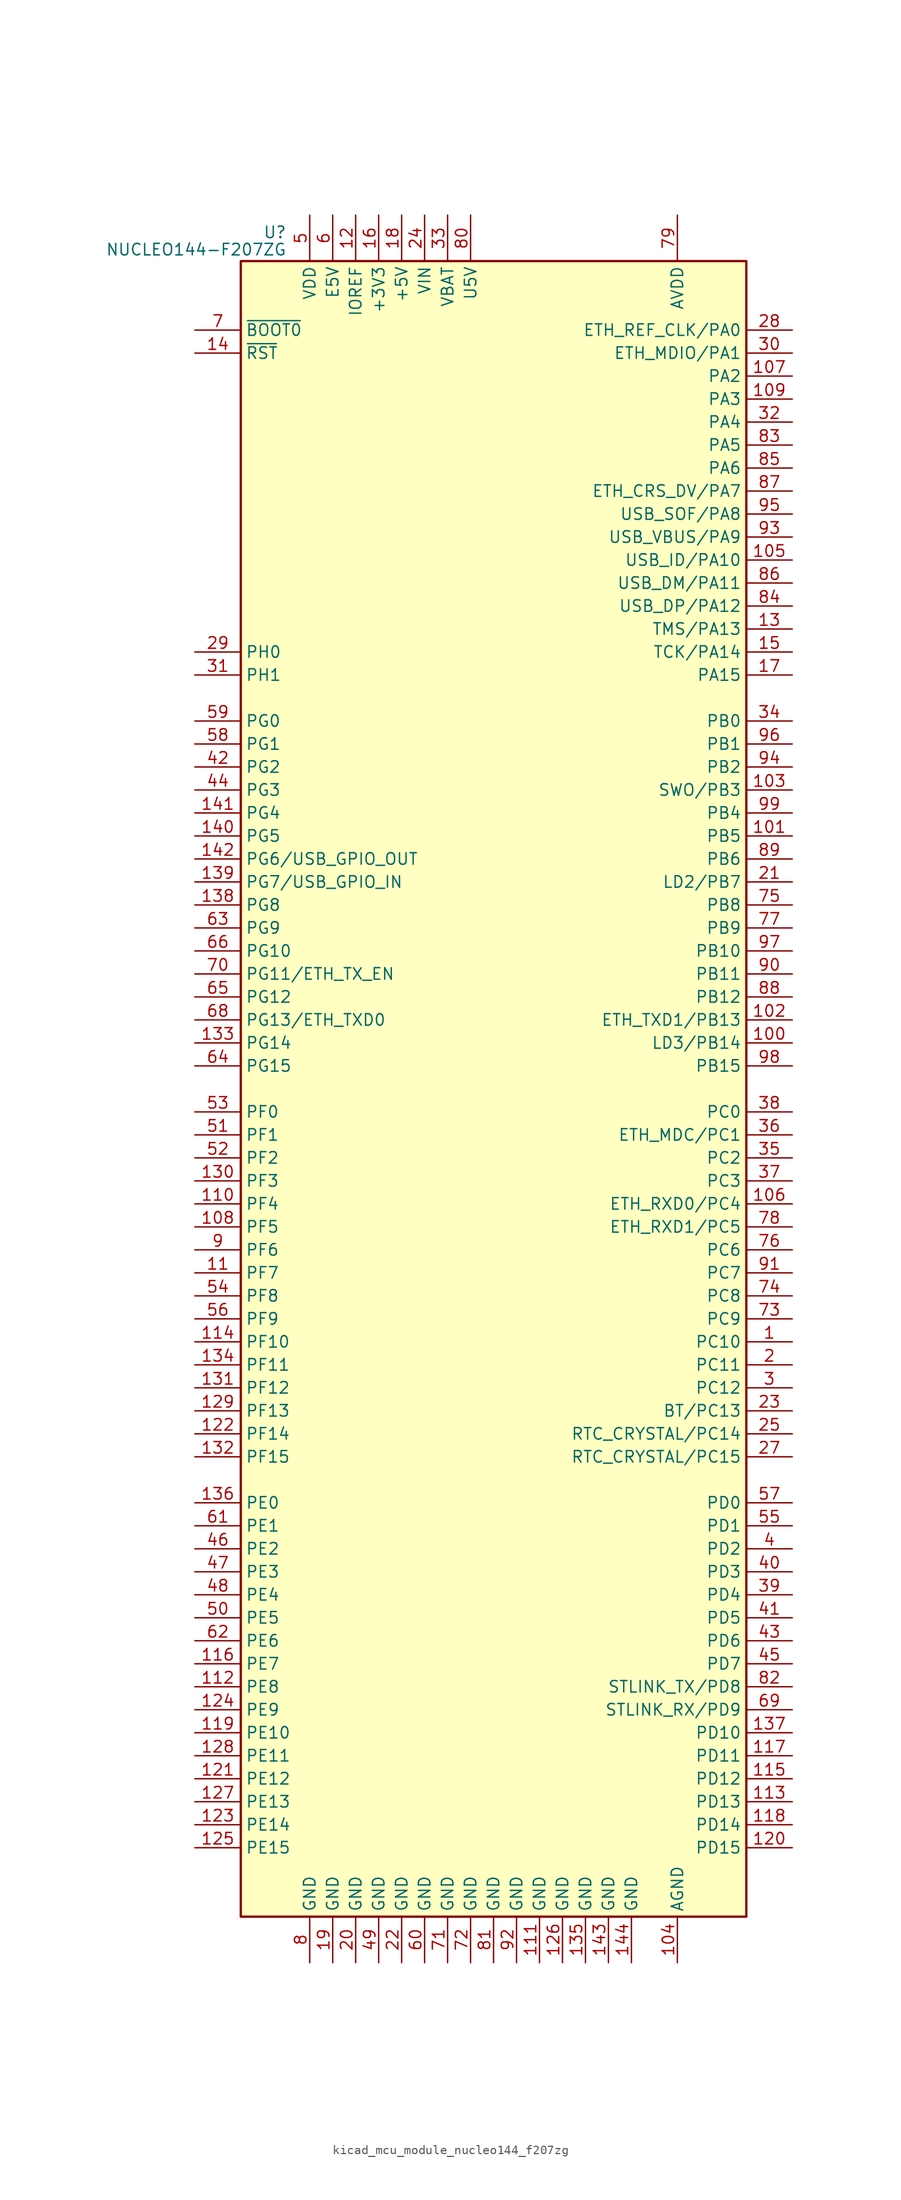
<source format=kicad_sym>
(kicad_symbol_lib
  (version 20220914)
  (generator kicad_symbol_editor)
  (symbol "kicad_mcu_module_nucleo144_f207zg"
    (property "Reference" "U"
      (at -22.86 94.615 0)
      (effects (font (size 1.27 1.27)) (justify right)))
    (property "Value" "NUCLEO144-F207ZG"
      (at -22.86 92.71 0)
      (effects (font (size 1.27 1.27)) (justify right)))
    (symbol "kicad_mcu_module_nucleo144_f207zg_0_1"
      (rectangle (start -27.94 -91.44) (end 27.94 91.44) (stroke (width 0.254) (type default)) (fill (type background))))
    (symbol "kicad_mcu_module_nucleo144_f207zg_1_1"
      (pin bidirectional line (at 33.02 -27.94 180) (length 5.08) (name "PC10" (effects (font (size 1.27 1.27)))) (number "1" (effects (font (size 1.27 1.27)))))
      (pin no_connect line (at -27.94 55.88 0) (length 5.08) hide (name "NC" (effects (font (size 1.27 1.27)))) (number "10" (effects (font (size 1.27 1.27)))))
      (pin bidirectional line (at 33.02 5.08 180) (length 5.08) (name "LD3/PB14" (effects (font (size 1.27 1.27)))) (number "100" (effects (font (size 1.27 1.27)))))
      (pin bidirectional line (at 33.02 27.94 180) (length 5.08) (name "PB5" (effects (font (size 1.27 1.27)))) (number "101" (effects (font (size 1.27 1.27)))))
      (pin bidirectional line (at 33.02 7.62 180) (length 5.08) (name "ETH_TXD1/PB13" (effects (font (size 1.27 1.27)))) (number "102" (effects (font (size 1.27 1.27)))))
      (pin bidirectional line (at 33.02 33.02 180) (length 5.08) (name "SWO/PB3" (effects (font (size 1.27 1.27)))) (number "103" (effects (font (size 1.27 1.27)))))
      (pin power_in line (at 20.32 -96.52 90) (length 5.08) (name "AGND" (effects (font (size 1.27 1.27)))) (number "104" (effects (font (size 1.27 1.27)))))
      (pin bidirectional line (at 33.02 58.42 180) (length 5.08) (name "USB_ID/PA10" (effects (font (size 1.27 1.27)))) (number "105" (effects (font (size 1.27 1.27)))))
      (pin bidirectional line (at 33.02 -12.7 180) (length 5.08) (name "ETH_RXD0/PC4" (effects (font (size 1.27 1.27)))) (number "106" (effects (font (size 1.27 1.27)))))
      (pin bidirectional line (at 33.02 78.74 180) (length 5.08) (name "PA2" (effects (font (size 1.27 1.27)))) (number "107" (effects (font (size 1.27 1.27)))))
      (pin bidirectional line (at -33.02 -15.24 0) (length 5.08) (name "PF5" (effects (font (size 1.27 1.27)))) (number "108" (effects (font (size 1.27 1.27)))))
      (pin bidirectional line (at 33.02 76.2 180) (length 5.08) (name "PA3" (effects (font (size 1.27 1.27)))) (number "109" (effects (font (size 1.27 1.27)))))
      (pin bidirectional line (at -33.02 -20.32 0) (length 5.08) (name "PF7" (effects (font (size 1.27 1.27)))) (number "11" (effects (font (size 1.27 1.27)))))
      (pin bidirectional line (at -33.02 -12.7 0) (length 5.08) (name "PF4" (effects (font (size 1.27 1.27)))) (number "110" (effects (font (size 1.27 1.27)))))
      (pin power_in line (at 5.08 -96.52 90) (length 5.08) (name "GND" (effects (font (size 1.27 1.27)))) (number "111" (effects (font (size 1.27 1.27)))))
      (pin bidirectional line (at -33.02 -66.04 0) (length 5.08) (name "PE8" (effects (font (size 1.27 1.27)))) (number "112" (effects (font (size 1.27 1.27)))))
      (pin bidirectional line (at 33.02 -78.74 180) (length 5.08) (name "PD13" (effects (font (size 1.27 1.27)))) (number "113" (effects (font (size 1.27 1.27)))))
      (pin bidirectional line (at -33.02 -27.94 0) (length 5.08) (name "PF10" (effects (font (size 1.27 1.27)))) (number "114" (effects (font (size 1.27 1.27)))))
      (pin bidirectional line (at 33.02 -76.2 180) (length 5.08) (name "PD12" (effects (font (size 1.27 1.27)))) (number "115" (effects (font (size 1.27 1.27)))))
      (pin bidirectional line (at -33.02 -63.5 0) (length 5.08) (name "PE7" (effects (font (size 1.27 1.27)))) (number "116" (effects (font (size 1.27 1.27)))))
      (pin bidirectional line (at 33.02 -73.66 180) (length 5.08) (name "PD11" (effects (font (size 1.27 1.27)))) (number "117" (effects (font (size 1.27 1.27)))))
      (pin bidirectional line (at 33.02 -81.28 180) (length 5.08) (name "PD14" (effects (font (size 1.27 1.27)))) (number "118" (effects (font (size 1.27 1.27)))))
      (pin bidirectional line (at -33.02 -71.12 0) (length 5.08) (name "PE10" (effects (font (size 1.27 1.27)))) (number "119" (effects (font (size 1.27 1.27)))))
      (pin power_in line (at -15.24 96.52 270) (length 5.08) (name "IOREF" (effects (font (size 1.27 1.27)))) (number "12" (effects (font (size 1.27 1.27)))))
      (pin bidirectional line (at 33.02 -83.82 180) (length 5.08) (name "PD15" (effects (font (size 1.27 1.27)))) (number "120" (effects (font (size 1.27 1.27)))))
      (pin bidirectional line (at -33.02 -76.2 0) (length 5.08) (name "PE12" (effects (font (size 1.27 1.27)))) (number "121" (effects (font (size 1.27 1.27)))))
      (pin bidirectional line (at -33.02 -38.1 0) (length 5.08) (name "PF14" (effects (font (size 1.27 1.27)))) (number "122" (effects (font (size 1.27 1.27)))))
      (pin bidirectional line (at -33.02 -81.28 0) (length 5.08) (name "PE14" (effects (font (size 1.27 1.27)))) (number "123" (effects (font (size 1.27 1.27)))))
      (pin bidirectional line (at -33.02 -68.58 0) (length 5.08) (name "PE9" (effects (font (size 1.27 1.27)))) (number "124" (effects (font (size 1.27 1.27)))))
      (pin bidirectional line (at -33.02 -83.82 0) (length 5.08) (name "PE15" (effects (font (size 1.27 1.27)))) (number "125" (effects (font (size 1.27 1.27)))))
      (pin power_in line (at 7.62 -96.52 90) (length 5.08) (name "GND" (effects (font (size 1.27 1.27)))) (number "126" (effects (font (size 1.27 1.27)))))
      (pin bidirectional line (at -33.02 -78.74 0) (length 5.08) (name "PE13" (effects (font (size 1.27 1.27)))) (number "127" (effects (font (size 1.27 1.27)))))
      (pin bidirectional line (at -33.02 -73.66 0) (length 5.08) (name "PE11" (effects (font (size 1.27 1.27)))) (number "128" (effects (font (size 1.27 1.27)))))
      (pin bidirectional line (at -33.02 -35.56 0) (length 5.08) (name "PF13" (effects (font (size 1.27 1.27)))) (number "129" (effects (font (size 1.27 1.27)))))
      (pin bidirectional line (at 33.02 50.8 180) (length 5.08) (name "TMS/PA13" (effects (font (size 1.27 1.27)))) (number "13" (effects (font (size 1.27 1.27)))))
      (pin bidirectional line (at -33.02 -10.16 0) (length 5.08) (name "PF3" (effects (font (size 1.27 1.27)))) (number "130" (effects (font (size 1.27 1.27)))))
      (pin bidirectional line (at -33.02 -33.02 0) (length 5.08) (name "PF12" (effects (font (size 1.27 1.27)))) (number "131" (effects (font (size 1.27 1.27)))))
      (pin bidirectional line (at -33.02 -40.64 0) (length 5.08) (name "PF15" (effects (font (size 1.27 1.27)))) (number "132" (effects (font (size 1.27 1.27)))))
      (pin bidirectional line (at -33.02 5.08 0) (length 5.08) (name "PG14" (effects (font (size 1.27 1.27)))) (number "133" (effects (font (size 1.27 1.27)))))
      (pin bidirectional line (at -33.02 -30.48 0) (length 5.08) (name "PF11" (effects (font (size 1.27 1.27)))) (number "134" (effects (font (size 1.27 1.27)))))
      (pin power_in line (at 10.16 -96.52 90) (length 5.08) (name "GND" (effects (font (size 1.27 1.27)))) (number "135" (effects (font (size 1.27 1.27)))))
      (pin bidirectional line (at -33.02 -45.72 0) (length 5.08) (name "PE0" (effects (font (size 1.27 1.27)))) (number "136" (effects (font (size 1.27 1.27)))))
      (pin bidirectional line (at 33.02 -71.12 180) (length 5.08) (name "PD10" (effects (font (size 1.27 1.27)))) (number "137" (effects (font (size 1.27 1.27)))))
      (pin bidirectional line (at -33.02 20.32 0) (length 5.08) (name "PG8" (effects (font (size 1.27 1.27)))) (number "138" (effects (font (size 1.27 1.27)))))
      (pin bidirectional line (at -33.02 22.86 0) (length 5.08) (name "PG7/USB_GPIO_IN" (effects (font (size 1.27 1.27)))) (number "139" (effects (font (size 1.27 1.27)))))
      (pin input line (at -33.02 81.28 0) (length 5.08) (name "~{RST}" (effects (font (size 1.27 1.27)))) (number "14" (effects (font (size 1.27 1.27)))))
      (pin bidirectional line (at -33.02 27.94 0) (length 5.08) (name "PG5" (effects (font (size 1.27 1.27)))) (number "140" (effects (font (size 1.27 1.27)))))
      (pin bidirectional line (at -33.02 30.48 0) (length 5.08) (name "PG4" (effects (font (size 1.27 1.27)))) (number "141" (effects (font (size 1.27 1.27)))))
      (pin bidirectional line (at -33.02 25.4 0) (length 5.08) (name "PG6/USB_GPIO_OUT" (effects (font (size 1.27 1.27)))) (number "142" (effects (font (size 1.27 1.27)))))
      (pin power_in line (at 12.7 -96.52 90) (length 5.08) (name "GND" (effects (font (size 1.27 1.27)))) (number "143" (effects (font (size 1.27 1.27)))))
      (pin power_in line (at 15.24 -96.52 90) (length 5.08) (name "GND" (effects (font (size 1.27 1.27)))) (number "144" (effects (font (size 1.27 1.27)))))
      (pin bidirectional line (at 33.02 48.26 180) (length 5.08) (name "TCK/PA14" (effects (font (size 1.27 1.27)))) (number "15" (effects (font (size 1.27 1.27)))))
      (pin power_in line (at -12.7 96.52 270) (length 5.08) (name "+3V3" (effects (font (size 1.27 1.27)))) (number "16" (effects (font (size 1.27 1.27)))))
      (pin bidirectional line (at 33.02 45.72 180) (length 5.08) (name "PA15" (effects (font (size 1.27 1.27)))) (number "17" (effects (font (size 1.27 1.27)))))
      (pin power_in line (at -10.16 96.52 270) (length 5.08) (name "+5V" (effects (font (size 1.27 1.27)))) (number "18" (effects (font (size 1.27 1.27)))))
      (pin power_in line (at -17.78 -96.52 90) (length 5.08) (name "GND" (effects (font (size 1.27 1.27)))) (number "19" (effects (font (size 1.27 1.27)))))
      (pin bidirectional line (at 33.02 -30.48 180) (length 5.08) (name "PC11" (effects (font (size 1.27 1.27)))) (number "2" (effects (font (size 1.27 1.27)))))
      (pin power_in line (at -15.24 -96.52 90) (length 5.08) (name "GND" (effects (font (size 1.27 1.27)))) (number "20" (effects (font (size 1.27 1.27)))))
      (pin bidirectional line (at 33.02 22.86 180) (length 5.08) (name "LD2/PB7" (effects (font (size 1.27 1.27)))) (number "21" (effects (font (size 1.27 1.27)))))
      (pin power_in line (at -10.16 -96.52 90) (length 5.08) (name "GND" (effects (font (size 1.27 1.27)))) (number "22" (effects (font (size 1.27 1.27)))))
      (pin bidirectional line (at 33.02 -35.56 180) (length 5.08) (name "BT/PC13" (effects (font (size 1.27 1.27)))) (number "23" (effects (font (size 1.27 1.27)))))
      (pin power_in line (at -7.62 96.52 270) (length 5.08) (name "VIN" (effects (font (size 1.27 1.27)))) (number "24" (effects (font (size 1.27 1.27)))))
      (pin bidirectional line (at 33.02 -38.1 180) (length 5.08) (name "RTC_CRYSTAL/PC14" (effects (font (size 1.27 1.27)))) (number "25" (effects (font (size 1.27 1.27)))))
      (pin no_connect line (at -27.94 58.42 0) (length 5.08) hide (name "NC" (effects (font (size 1.27 1.27)))) (number "26" (effects (font (size 1.27 1.27)))))
      (pin bidirectional line (at 33.02 -40.64 180) (length 5.08) (name "RTC_CRYSTAL/PC15" (effects (font (size 1.27 1.27)))) (number "27" (effects (font (size 1.27 1.27)))))
      (pin bidirectional line (at 33.02 83.82 180) (length 5.08) (name "ETH_REF_CLK/PA0" (effects (font (size 1.27 1.27)))) (number "28" (effects (font (size 1.27 1.27)))))
      (pin bidirectional line (at -33.02 48.26 0) (length 5.08) (name "PH0" (effects (font (size 1.27 1.27)))) (number "29" (effects (font (size 1.27 1.27)))))
      (pin bidirectional line (at 33.02 -33.02 180) (length 5.08) (name "PC12" (effects (font (size 1.27 1.27)))) (number "3" (effects (font (size 1.27 1.27)))))
      (pin bidirectional line (at 33.02 81.28 180) (length 5.08) (name "ETH_MDIO/PA1" (effects (font (size 1.27 1.27)))) (number "30" (effects (font (size 1.27 1.27)))))
      (pin bidirectional line (at -33.02 45.72 0) (length 5.08) (name "PH1" (effects (font (size 1.27 1.27)))) (number "31" (effects (font (size 1.27 1.27)))))
      (pin bidirectional line (at 33.02 73.66 180) (length 5.08) (name "PA4" (effects (font (size 1.27 1.27)))) (number "32" (effects (font (size 1.27 1.27)))))
      (pin power_in line (at -5.08 96.52 270) (length 5.08) (name "VBAT" (effects (font (size 1.27 1.27)))) (number "33" (effects (font (size 1.27 1.27)))))
      (pin bidirectional line (at 33.02 40.64 180) (length 5.08) (name "PB0" (effects (font (size 1.27 1.27)))) (number "34" (effects (font (size 1.27 1.27)))))
      (pin bidirectional line (at 33.02 -7.62 180) (length 5.08) (name "PC2" (effects (font (size 1.27 1.27)))) (number "35" (effects (font (size 1.27 1.27)))))
      (pin bidirectional line (at 33.02 -5.08 180) (length 5.08) (name "ETH_MDC/PC1" (effects (font (size 1.27 1.27)))) (number "36" (effects (font (size 1.27 1.27)))))
      (pin bidirectional line (at 33.02 -10.16 180) (length 5.08) (name "PC3" (effects (font (size 1.27 1.27)))) (number "37" (effects (font (size 1.27 1.27)))))
      (pin bidirectional line (at 33.02 -2.54 180) (length 5.08) (name "PC0" (effects (font (size 1.27 1.27)))) (number "38" (effects (font (size 1.27 1.27)))))
      (pin bidirectional line (at 33.02 -55.88 180) (length 5.08) (name "PD4" (effects (font (size 1.27 1.27)))) (number "39" (effects (font (size 1.27 1.27)))))
      (pin bidirectional line (at 33.02 -50.8 180) (length 5.08) (name "PD2" (effects (font (size 1.27 1.27)))) (number "4" (effects (font (size 1.27 1.27)))))
      (pin bidirectional line (at 33.02 -53.34 180) (length 5.08) (name "PD3" (effects (font (size 1.27 1.27)))) (number "40" (effects (font (size 1.27 1.27)))))
      (pin bidirectional line (at 33.02 -58.42 180) (length 5.08) (name "PD5" (effects (font (size 1.27 1.27)))) (number "41" (effects (font (size 1.27 1.27)))))
      (pin bidirectional line (at -33.02 35.56 0) (length 5.08) (name "PG2" (effects (font (size 1.27 1.27)))) (number "42" (effects (font (size 1.27 1.27)))))
      (pin bidirectional line (at 33.02 -60.96 180) (length 5.08) (name "PD6" (effects (font (size 1.27 1.27)))) (number "43" (effects (font (size 1.27 1.27)))))
      (pin bidirectional line (at -33.02 33.02 0) (length 5.08) (name "PG3" (effects (font (size 1.27 1.27)))) (number "44" (effects (font (size 1.27 1.27)))))
      (pin bidirectional line (at 33.02 -63.5 180) (length 5.08) (name "PD7" (effects (font (size 1.27 1.27)))) (number "45" (effects (font (size 1.27 1.27)))))
      (pin bidirectional line (at -33.02 -50.8 0) (length 5.08) (name "PE2" (effects (font (size 1.27 1.27)))) (number "46" (effects (font (size 1.27 1.27)))))
      (pin bidirectional line (at -33.02 -53.34 0) (length 5.08) (name "PE3" (effects (font (size 1.27 1.27)))) (number "47" (effects (font (size 1.27 1.27)))))
      (pin bidirectional line (at -33.02 -55.88 0) (length 5.08) (name "PE4" (effects (font (size 1.27 1.27)))) (number "48" (effects (font (size 1.27 1.27)))))
      (pin power_in line (at -12.7 -96.52 90) (length 5.08) (name "GND" (effects (font (size 1.27 1.27)))) (number "49" (effects (font (size 1.27 1.27)))))
      (pin power_in line (at -20.32 96.52 270) (length 5.08) (name "VDD" (effects (font (size 1.27 1.27)))) (number "5" (effects (font (size 1.27 1.27)))))
      (pin bidirectional line (at -33.02 -58.42 0) (length 5.08) (name "PE5" (effects (font (size 1.27 1.27)))) (number "50" (effects (font (size 1.27 1.27)))))
      (pin bidirectional line (at -33.02 -5.08 0) (length 5.08) (name "PF1" (effects (font (size 1.27 1.27)))) (number "51" (effects (font (size 1.27 1.27)))))
      (pin bidirectional line (at -33.02 -7.62 0) (length 5.08) (name "PF2" (effects (font (size 1.27 1.27)))) (number "52" (effects (font (size 1.27 1.27)))))
      (pin bidirectional line (at -33.02 -2.54 0) (length 5.08) (name "PF0" (effects (font (size 1.27 1.27)))) (number "53" (effects (font (size 1.27 1.27)))))
      (pin bidirectional line (at -33.02 -22.86 0) (length 5.08) (name "PF8" (effects (font (size 1.27 1.27)))) (number "54" (effects (font (size 1.27 1.27)))))
      (pin bidirectional line (at 33.02 -48.26 180) (length 5.08) (name "PD1" (effects (font (size 1.27 1.27)))) (number "55" (effects (font (size 1.27 1.27)))))
      (pin bidirectional line (at -33.02 -25.4 0) (length 5.08) (name "PF9" (effects (font (size 1.27 1.27)))) (number "56" (effects (font (size 1.27 1.27)))))
      (pin bidirectional line (at 33.02 -45.72 180) (length 5.08) (name "PD0" (effects (font (size 1.27 1.27)))) (number "57" (effects (font (size 1.27 1.27)))))
      (pin bidirectional line (at -33.02 38.1 0) (length 5.08) (name "PG1" (effects (font (size 1.27 1.27)))) (number "58" (effects (font (size 1.27 1.27)))))
      (pin bidirectional line (at -33.02 40.64 0) (length 5.08) (name "PG0" (effects (font (size 1.27 1.27)))) (number "59" (effects (font (size 1.27 1.27)))))
      (pin power_in line (at -17.78 96.52 270) (length 5.08) (name "E5V" (effects (font (size 1.27 1.27)))) (number "6" (effects (font (size 1.27 1.27)))))
      (pin power_in line (at -7.62 -96.52 90) (length 5.08) (name "GND" (effects (font (size 1.27 1.27)))) (number "60" (effects (font (size 1.27 1.27)))))
      (pin bidirectional line (at -33.02 -48.26 0) (length 5.08) (name "PE1" (effects (font (size 1.27 1.27)))) (number "61" (effects (font (size 1.27 1.27)))))
      (pin bidirectional line (at -33.02 -60.96 0) (length 5.08) (name "PE6" (effects (font (size 1.27 1.27)))) (number "62" (effects (font (size 1.27 1.27)))))
      (pin bidirectional line (at -33.02 17.78 0) (length 5.08) (name "PG9" (effects (font (size 1.27 1.27)))) (number "63" (effects (font (size 1.27 1.27)))))
      (pin bidirectional line (at -33.02 2.54 0) (length 5.08) (name "PG15" (effects (font (size 1.27 1.27)))) (number "64" (effects (font (size 1.27 1.27)))))
      (pin bidirectional line (at -33.02 10.16 0) (length 5.08) (name "PG12" (effects (font (size 1.27 1.27)))) (number "65" (effects (font (size 1.27 1.27)))))
      (pin bidirectional line (at -33.02 15.24 0) (length 5.08) (name "PG10" (effects (font (size 1.27 1.27)))) (number "66" (effects (font (size 1.27 1.27)))))
      (pin no_connect line (at -27.94 53.34 0) (length 5.08) hide (name "NC" (effects (font (size 1.27 1.27)))) (number "67" (effects (font (size 1.27 1.27)))))
      (pin bidirectional line (at -33.02 7.62 0) (length 5.08) (name "PG13/ETH_TXD0" (effects (font (size 1.27 1.27)))) (number "68" (effects (font (size 1.27 1.27)))))
      (pin bidirectional line (at 33.02 -68.58 180) (length 5.08) (name "STLINK_RX/PD9" (effects (font (size 1.27 1.27)))) (number "69" (effects (font (size 1.27 1.27)))))
      (pin input line (at -33.02 83.82 0) (length 5.08) (name "~{BOOT0}" (effects (font (size 1.27 1.27)))) (number "7" (effects (font (size 1.27 1.27)))))
      (pin bidirectional line (at -33.02 12.7 0) (length 5.08) (name "PG11/ETH_TX_EN" (effects (font (size 1.27 1.27)))) (number "70" (effects (font (size 1.27 1.27)))))
      (pin power_in line (at -5.08 -96.52 90) (length 5.08) (name "GND" (effects (font (size 1.27 1.27)))) (number "71" (effects (font (size 1.27 1.27)))))
      (pin power_in line (at -2.54 -96.52 90) (length 5.08) (name "GND" (effects (font (size 1.27 1.27)))) (number "72" (effects (font (size 1.27 1.27)))))
      (pin bidirectional line (at 33.02 -25.4 180) (length 5.08) (name "PC9" (effects (font (size 1.27 1.27)))) (number "73" (effects (font (size 1.27 1.27)))))
      (pin bidirectional line (at 33.02 -22.86 180) (length 5.08) (name "PC8" (effects (font (size 1.27 1.27)))) (number "74" (effects (font (size 1.27 1.27)))))
      (pin bidirectional line (at 33.02 20.32 180) (length 5.08) (name "PB8" (effects (font (size 1.27 1.27)))) (number "75" (effects (font (size 1.27 1.27)))))
      (pin bidirectional line (at 33.02 -17.78 180) (length 5.08) (name "PC6" (effects (font (size 1.27 1.27)))) (number "76" (effects (font (size 1.27 1.27)))))
      (pin bidirectional line (at 33.02 17.78 180) (length 5.08) (name "PB9" (effects (font (size 1.27 1.27)))) (number "77" (effects (font (size 1.27 1.27)))))
      (pin bidirectional line (at 33.02 -15.24 180) (length 5.08) (name "ETH_RXD1/PC5" (effects (font (size 1.27 1.27)))) (number "78" (effects (font (size 1.27 1.27)))))
      (pin power_in line (at 20.32 96.52 270) (length 5.08) (name "AVDD" (effects (font (size 1.27 1.27)))) (number "79" (effects (font (size 1.27 1.27)))))
      (pin power_in line (at -20.32 -96.52 90) (length 5.08) (name "GND" (effects (font (size 1.27 1.27)))) (number "8" (effects (font (size 1.27 1.27)))))
      (pin power_in line (at -2.54 96.52 270) (length 5.08) (name "U5V" (effects (font (size 1.27 1.27)))) (number "80" (effects (font (size 1.27 1.27)))))
      (pin power_in line (at 0 -96.52 90) (length 5.08) (name "GND" (effects (font (size 1.27 1.27)))) (number "81" (effects (font (size 1.27 1.27)))))
      (pin bidirectional line (at 33.02 -66.04 180) (length 5.08) (name "STLINK_TX/PD8" (effects (font (size 1.27 1.27)))) (number "82" (effects (font (size 1.27 1.27)))))
      (pin bidirectional line (at 33.02 71.12 180) (length 5.08) (name "PA5" (effects (font (size 1.27 1.27)))) (number "83" (effects (font (size 1.27 1.27)))))
      (pin bidirectional line (at 33.02 53.34 180) (length 5.08) (name "USB_DP/PA12" (effects (font (size 1.27 1.27)))) (number "84" (effects (font (size 1.27 1.27)))))
      (pin bidirectional line (at 33.02 68.58 180) (length 5.08) (name "PA6" (effects (font (size 1.27 1.27)))) (number "85" (effects (font (size 1.27 1.27)))))
      (pin bidirectional line (at 33.02 55.88 180) (length 5.08) (name "USB_DM/PA11" (effects (font (size 1.27 1.27)))) (number "86" (effects (font (size 1.27 1.27)))))
      (pin bidirectional line (at 33.02 66.04 180) (length 5.08) (name "ETH_CRS_DV/PA7" (effects (font (size 1.27 1.27)))) (number "87" (effects (font (size 1.27 1.27)))))
      (pin bidirectional line (at 33.02 10.16 180) (length 5.08) (name "PB12" (effects (font (size 1.27 1.27)))) (number "88" (effects (font (size 1.27 1.27)))))
      (pin bidirectional line (at 33.02 25.4 180) (length 5.08) (name "PB6" (effects (font (size 1.27 1.27)))) (number "89" (effects (font (size 1.27 1.27)))))
      (pin bidirectional line (at -33.02 -17.78 0) (length 5.08) (name "PF6" (effects (font (size 1.27 1.27)))) (number "9" (effects (font (size 1.27 1.27)))))
      (pin bidirectional line (at 33.02 12.7 180) (length 5.08) (name "PB11" (effects (font (size 1.27 1.27)))) (number "90" (effects (font (size 1.27 1.27)))))
      (pin bidirectional line (at 33.02 -20.32 180) (length 5.08) (name "PC7" (effects (font (size 1.27 1.27)))) (number "91" (effects (font (size 1.27 1.27)))))
      (pin power_in line (at 2.54 -96.52 90) (length 5.08) (name "GND" (effects (font (size 1.27 1.27)))) (number "92" (effects (font (size 1.27 1.27)))))
      (pin bidirectional line (at 33.02 60.96 180) (length 5.08) (name "USB_VBUS/PA9" (effects (font (size 1.27 1.27)))) (number "93" (effects (font (size 1.27 1.27)))))
      (pin bidirectional line (at 33.02 35.56 180) (length 5.08) (name "PB2" (effects (font (size 1.27 1.27)))) (number "94" (effects (font (size 1.27 1.27)))))
      (pin bidirectional line (at 33.02 63.5 180) (length 5.08) (name "USB_SOF/PA8" (effects (font (size 1.27 1.27)))) (number "95" (effects (font (size 1.27 1.27)))))
      (pin bidirectional line (at 33.02 38.1 180) (length 5.08) (name "PB1" (effects (font (size 1.27 1.27)))) (number "96" (effects (font (size 1.27 1.27)))))
      (pin bidirectional line (at 33.02 15.24 180) (length 5.08) (name "PB10" (effects (font (size 1.27 1.27)))) (number "97" (effects (font (size 1.27 1.27)))))
      (pin bidirectional line (at 33.02 2.54 180) (length 5.08) (name "PB15" (effects (font (size 1.27 1.27)))) (number "98" (effects (font (size 1.27 1.27)))))
      (pin bidirectional line (at 33.02 30.48 180) (length 5.08) (name "PB4" (effects (font (size 1.27 1.27)))) (number "99" (effects (font (size 1.27 1.27))))))))
</source>
